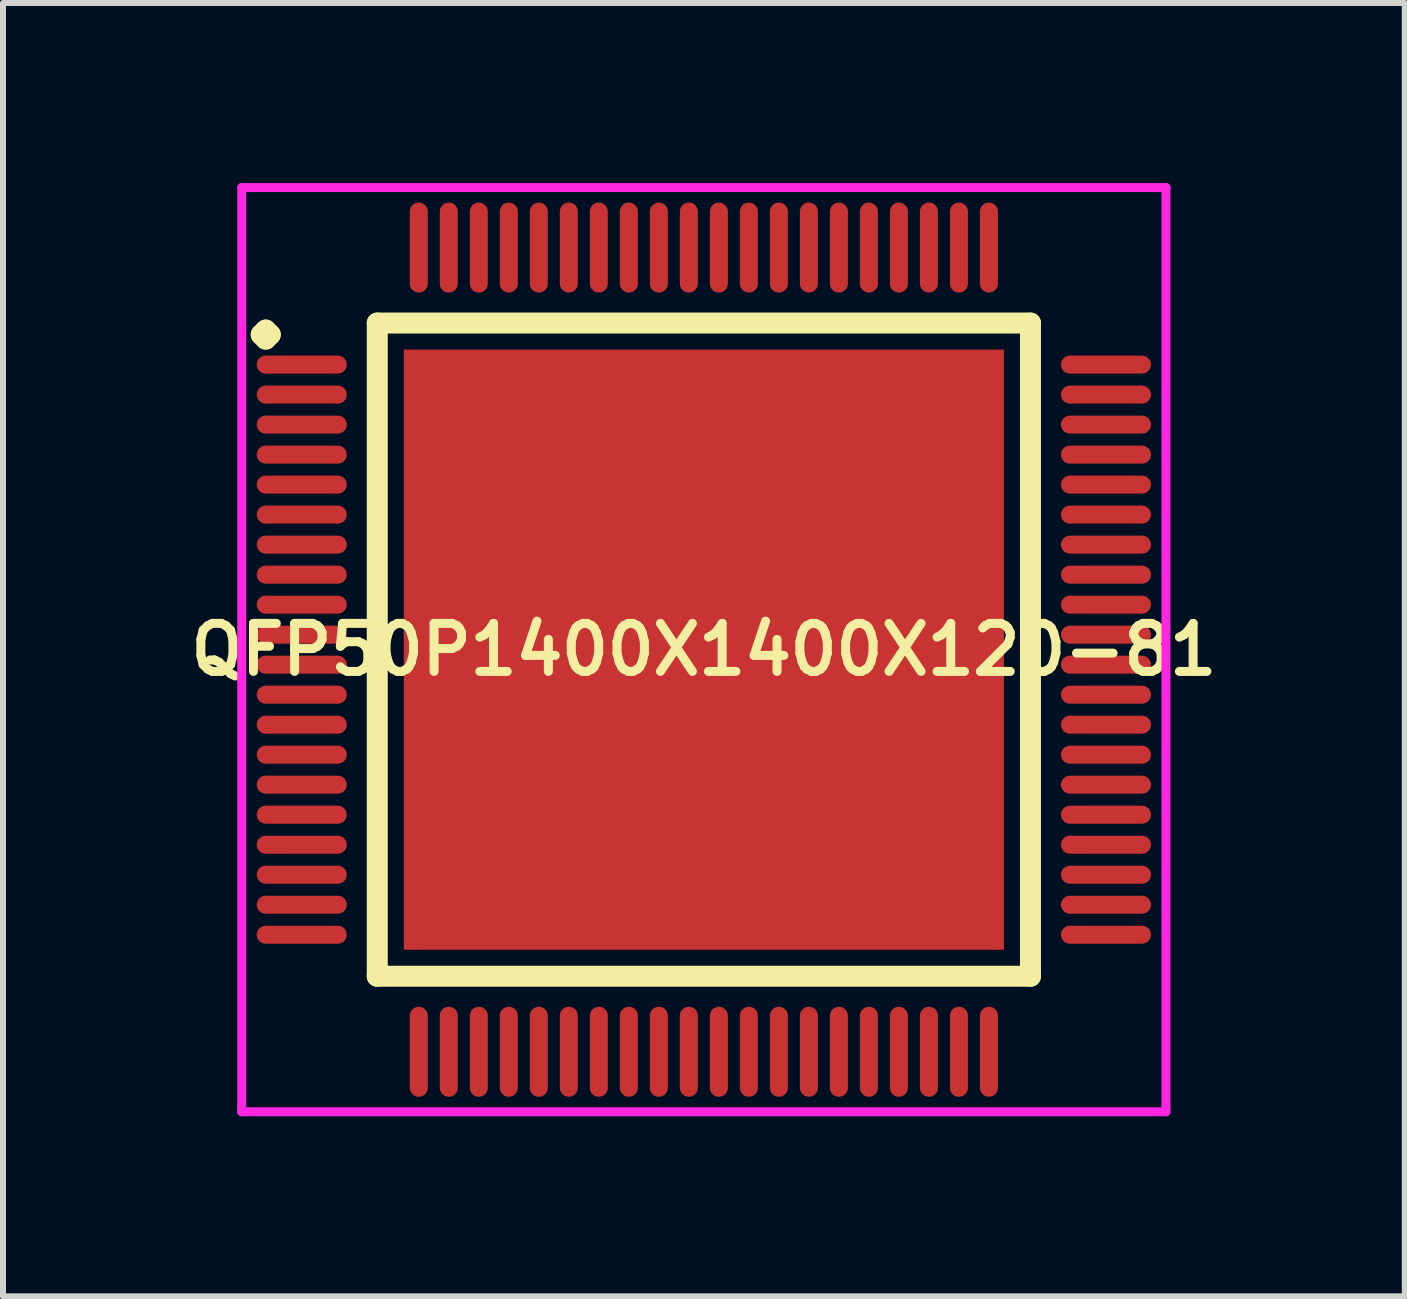
<source format=kicad_pcb>
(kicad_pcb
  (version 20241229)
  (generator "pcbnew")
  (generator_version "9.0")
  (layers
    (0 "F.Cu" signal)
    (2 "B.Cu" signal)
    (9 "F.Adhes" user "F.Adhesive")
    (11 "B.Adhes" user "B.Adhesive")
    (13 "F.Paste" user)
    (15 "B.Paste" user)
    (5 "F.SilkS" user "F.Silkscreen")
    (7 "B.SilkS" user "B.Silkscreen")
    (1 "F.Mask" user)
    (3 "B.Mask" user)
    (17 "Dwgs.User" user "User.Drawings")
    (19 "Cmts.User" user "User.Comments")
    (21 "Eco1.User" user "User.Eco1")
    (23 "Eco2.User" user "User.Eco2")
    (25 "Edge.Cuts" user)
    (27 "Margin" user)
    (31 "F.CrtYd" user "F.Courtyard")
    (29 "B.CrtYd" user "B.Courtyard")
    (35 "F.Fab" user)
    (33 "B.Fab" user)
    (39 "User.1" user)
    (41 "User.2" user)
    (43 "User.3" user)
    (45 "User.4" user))
  (footprint "QFP50P1400X1400X120-81"
    (layer "F.Cu")
    (at 8.678 7.775)
    (property "Reference" "QFP50P1400X1400X120-81" (at 0 0 0) (layer "F.SilkS") (effects (font (size 0.8 0.8) (thickness 0.15))))
    (attr through_hole)
    (fp_line (start -7.375 -5.25) (end -7.3 -5.325) (stroke (width 0.35) (type solid)) (layer "F.SilkS"))
    (fp_line (start -7.3 -5.325) (end -7.225 -5.25) (stroke (width 0.35) (type solid)) (layer "F.SilkS"))
    (fp_line (start -7.3 -5.175) (end -7.375 -5.25) (stroke (width 0.35) (type solid)) (layer "F.SilkS"))
    (fp_line (start -7.225 -5.25) (end -7.3 -5.175) (stroke (width 0.35) (type solid)) (layer "F.SilkS"))
    (fp_line (start -5.442 -5.442) (end -5.442 5.442) (stroke (width 0.35) (type solid)) (layer "F.SilkS"))
    (fp_line (start -5.442 5.442) (end 5.442 5.442) (stroke (width 0.35) (type solid)) (layer "F.SilkS"))
    (fp_line (start 5.442 -5.442) (end -5.442 -5.442) (stroke (width 0.35) (type solid)) (layer "F.SilkS"))
    (fp_line (start 5.442 5.442) (end 5.442 -5.442) (stroke (width 0.35) (type solid)) (layer "F.SilkS"))
    (fp_line (start -7.7 -7.7) (end 7.7 -7.7) (stroke (width 0.15) (type solid)) (layer "F.CrtYd"))
    (fp_line (start -7.7 7.7) (end -7.7 -7.7) (stroke (width 0.15) (type solid)) (layer "F.CrtYd"))
    (fp_line (start 7.7 -7.7) (end 7.7 7.7) (stroke (width 0.15) (type solid)) (layer "F.CrtYd"))
    (fp_line (start 7.7 7.7) (end -7.7 7.7) (stroke (width 0.15) (type solid)) (layer "F.CrtYd"))
    (pad "1" smd oval (at -6.7 -4.75) (size 1.5 0.3) (layers "F.Cu" "F.Mask" "F.Paste"))
    (pad "2" smd oval (at -6.7 -4.25) (size 1.5 0.3) (layers "F.Cu" "F.Mask" "F.Paste"))
    (pad "3" smd oval (at -6.7 -3.75) (size 1.5 0.3) (layers "F.Cu" "F.Mask" "F.Paste"))
    (pad "4" smd oval (at -6.7 -3.25) (size 1.5 0.3) (layers "F.Cu" "F.Mask" "F.Paste"))
    (pad "5" smd oval (at -6.7 -2.75) (size 1.5 0.3) (layers "F.Cu" "F.Mask" "F.Paste"))
    (pad "6" smd oval (at -6.7 -2.25) (size 1.5 0.3) (layers "F.Cu" "F.Mask" "F.Paste"))
    (pad "7" smd oval (at -6.7 -1.75) (size 1.5 0.3) (layers "F.Cu" "F.Mask" "F.Paste"))
    (pad "8" smd oval (at -6.7 -1.25) (size 1.5 0.3) (layers "F.Cu" "F.Mask" "F.Paste"))
    (pad "9" smd oval (at -6.7 -0.75) (size 1.5 0.3) (layers "F.Cu" "F.Mask" "F.Paste"))
    (pad "10" smd oval (at -6.7 -0.25) (size 1.5 0.3) (layers "F.Cu" "F.Mask" "F.Paste"))
    (pad "11" smd oval (at -6.7 0.25) (size 1.5 0.3) (layers "F.Cu" "F.Mask" "F.Paste"))
    (pad "12" smd oval (at -6.7 0.75) (size 1.5 0.3) (layers "F.Cu" "F.Mask" "F.Paste"))
    (pad "13" smd oval (at -6.7 1.25) (size 1.5 0.3) (layers "F.Cu" "F.Mask" "F.Paste"))
    (pad "14" smd oval (at -6.7 1.75) (size 1.5 0.3) (layers "F.Cu" "F.Mask" "F.Paste"))
    (pad "15" smd oval (at -6.7 2.25) (size 1.5 0.3) (layers "F.Cu" "F.Mask" "F.Paste"))
    (pad "16" smd oval (at -6.7 2.75) (size 1.5 0.3) (layers "F.Cu" "F.Mask" "F.Paste"))
    (pad "17" smd oval (at -6.7 3.25) (size 1.5 0.3) (layers "F.Cu" "F.Mask" "F.Paste"))
    (pad "18" smd oval (at -6.7 3.75) (size 1.5 0.3) (layers "F.Cu" "F.Mask" "F.Paste"))
    (pad "19" smd oval (at -6.7 4.25) (size 1.5 0.3) (layers "F.Cu" "F.Mask" "F.Paste"))
    (pad "20" smd oval (at -6.7 4.75) (size 1.5 0.3) (layers "F.Cu" "F.Mask" "F.Paste"))
    (pad "21" smd oval (at -4.75 6.7) (size 0.3 1.5) (layers "F.Cu" "F.Mask" "F.Paste"))
    (pad "22" smd oval (at -4.25 6.7) (size 0.3 1.5) (layers "F.Cu" "F.Mask" "F.Paste"))
    (pad "23" smd oval (at -3.75 6.7) (size 0.3 1.5) (layers "F.Cu" "F.Mask" "F.Paste"))
    (pad "24" smd oval (at -3.25 6.7) (size 0.3 1.5) (layers "F.Cu" "F.Mask" "F.Paste"))
    (pad "25" smd oval (at -2.75 6.7) (size 0.3 1.5) (layers "F.Cu" "F.Mask" "F.Paste"))
    (pad "26" smd oval (at -2.25 6.7) (size 0.3 1.5) (layers "F.Cu" "F.Mask" "F.Paste"))
    (pad "27" smd oval (at -1.75 6.7) (size 0.3 1.5) (layers "F.Cu" "F.Mask" "F.Paste"))
    (pad "28" smd oval (at -1.25 6.7) (size 0.3 1.5) (layers "F.Cu" "F.Mask" "F.Paste"))
    (pad "29" smd oval (at -0.75 6.7) (size 0.3 1.5) (layers "F.Cu" "F.Mask" "F.Paste"))
    (pad "30" smd oval (at -0.25 6.7) (size 0.3 1.5) (layers "F.Cu" "F.Mask" "F.Paste"))
    (pad "31" smd oval (at 0.25 6.7) (size 0.3 1.5) (layers "F.Cu" "F.Mask" "F.Paste"))
    (pad "32" smd oval (at 0.75 6.7) (size 0.3 1.5) (layers "F.Cu" "F.Mask" "F.Paste"))
    (pad "33" smd oval (at 1.25 6.7) (size 0.3 1.5) (layers "F.Cu" "F.Mask" "F.Paste"))
    (pad "34" smd oval (at 1.75 6.7) (size 0.3 1.5) (layers "F.Cu" "F.Mask" "F.Paste"))
    (pad "35" smd oval (at 2.25 6.7) (size 0.3 1.5) (layers "F.Cu" "F.Mask" "F.Paste"))
    (pad "36" smd oval (at 2.75 6.7) (size 0.3 1.5) (layers "F.Cu" "F.Mask" "F.Paste"))
    (pad "37" smd oval (at 3.25 6.7) (size 0.3 1.5) (layers "F.Cu" "F.Mask" "F.Paste"))
    (pad "38" smd oval (at 3.75 6.7) (size 0.3 1.5) (layers "F.Cu" "F.Mask" "F.Paste"))
    (pad "39" smd oval (at 4.25 6.7) (size 0.3 1.5) (layers "F.Cu" "F.Mask" "F.Paste"))
    (pad "40" smd oval (at 4.75 6.7) (size 0.3 1.5) (layers "F.Cu" "F.Mask" "F.Paste"))
    (pad "41" smd oval (at 6.7 4.75) (size 1.5 0.3) (layers "F.Cu" "F.Mask" "F.Paste"))
    (pad "42" smd oval (at 6.7 4.25) (size 1.5 0.3) (layers "F.Cu" "F.Mask" "F.Paste"))
    (pad "43" smd oval (at 6.7 3.75) (size 1.5 0.3) (layers "F.Cu" "F.Mask" "F.Paste"))
    (pad "44" smd oval (at 6.7 3.25) (size 1.5 0.3) (layers "F.Cu" "F.Mask" "F.Paste"))
    (pad "45" smd oval (at 6.7 2.75) (size 1.5 0.3) (layers "F.Cu" "F.Mask" "F.Paste"))
    (pad "46" smd oval (at 6.7 2.25) (size 1.5 0.3) (layers "F.Cu" "F.Mask" "F.Paste"))
    (pad "47" smd oval (at 6.7 1.75) (size 1.5 0.3) (layers "F.Cu" "F.Mask" "F.Paste"))
    (pad "48" smd oval (at 6.7 1.25) (size 1.5 0.3) (layers "F.Cu" "F.Mask" "F.Paste"))
    (pad "49" smd oval (at 6.7 0.75) (size 1.5 0.3) (layers "F.Cu" "F.Mask" "F.Paste"))
    (pad "50" smd oval (at 6.7 0.25) (size 1.5 0.3) (layers "F.Cu" "F.Mask" "F.Paste"))
    (pad "51" smd oval (at 6.7 -0.25) (size 1.5 0.3) (layers "F.Cu" "F.Mask" "F.Paste"))
    (pad "52" smd oval (at 6.7 -0.75) (size 1.5 0.3) (layers "F.Cu" "F.Mask" "F.Paste"))
    (pad "53" smd oval (at 6.7 -1.25) (size 1.5 0.3) (layers "F.Cu" "F.Mask" "F.Paste"))
    (pad "54" smd oval (at 6.7 -1.75) (size 1.5 0.3) (layers "F.Cu" "F.Mask" "F.Paste"))
    (pad "55" smd oval (at 6.7 -2.25) (size 1.5 0.3) (layers "F.Cu" "F.Mask" "F.Paste"))
    (pad "56" smd oval (at 6.7 -2.75) (size 1.5 0.3) (layers "F.Cu" "F.Mask" "F.Paste"))
    (pad "57" smd oval (at 6.7 -3.25) (size 1.5 0.3) (layers "F.Cu" "F.Mask" "F.Paste"))
    (pad "58" smd oval (at 6.7 -3.75) (size 1.5 0.3) (layers "F.Cu" "F.Mask" "F.Paste"))
    (pad "59" smd oval (at 6.7 -4.25) (size 1.5 0.3) (layers "F.Cu" "F.Mask" "F.Paste"))
    (pad "60" smd oval (at 6.7 -4.75) (size 1.5 0.3) (layers "F.Cu" "F.Mask" "F.Paste"))
    (pad "61" smd oval (at 4.75 -6.7) (size 0.3 1.5) (layers "F.Cu" "F.Mask" "F.Paste"))
    (pad "62" smd oval (at 4.25 -6.7) (size 0.3 1.5) (layers "F.Cu" "F.Mask" "F.Paste"))
    (pad "63" smd oval (at 3.75 -6.7) (size 0.3 1.5) (layers "F.Cu" "F.Mask" "F.Paste"))
    (pad "64" smd oval (at 3.25 -6.7) (size 0.3 1.5) (layers "F.Cu" "F.Mask" "F.Paste"))
    (pad "65" smd oval (at 2.75 -6.7) (size 0.3 1.5) (layers "F.Cu" "F.Mask" "F.Paste"))
    (pad "66" smd oval (at 2.25 -6.7) (size 0.3 1.5) (layers "F.Cu" "F.Mask" "F.Paste"))
    (pad "67" smd oval (at 1.75 -6.7) (size 0.3 1.5) (layers "F.Cu" "F.Mask" "F.Paste"))
    (pad "68" smd oval (at 1.25 -6.7) (size 0.3 1.5) (layers "F.Cu" "F.Mask" "F.Paste"))
    (pad "69" smd oval (at 0.75 -6.7) (size 0.3 1.5) (layers "F.Cu" "F.Mask" "F.Paste"))
    (pad "70" smd oval (at 0.25 -6.7) (size 0.3 1.5) (layers "F.Cu" "F.Mask" "F.Paste"))
    (pad "71" smd oval (at -0.25 -6.7) (size 0.3 1.5) (layers "F.Cu" "F.Mask" "F.Paste"))
    (pad "72" smd oval (at -0.75 -6.7) (size 0.3 1.5) (layers "F.Cu" "F.Mask" "F.Paste"))
    (pad "73" smd oval (at -1.25 -6.7) (size 0.3 1.5) (layers "F.Cu" "F.Mask" "F.Paste"))
    (pad "74" smd oval (at -1.75 -6.7) (size 0.3 1.5) (layers "F.Cu" "F.Mask" "F.Paste"))
    (pad "75" smd oval (at -2.25 -6.7) (size 0.3 1.5) (layers "F.Cu" "F.Mask" "F.Paste"))
    (pad "76" smd oval (at -2.75 -6.7) (size 0.3 1.5) (layers "F.Cu" "F.Mask" "F.Paste"))
    (pad "77" smd oval (at -3.25 -6.7) (size 0.3 1.5) (layers "F.Cu" "F.Mask" "F.Paste"))
    (pad "78" smd oval (at -3.75 -6.7) (size 0.3 1.5) (layers "F.Cu" "F.Mask" "F.Paste"))
    (pad "79" smd oval (at -4.25 -6.7) (size 0.3 1.5) (layers "F.Cu" "F.Mask" "F.Paste"))
    (pad "80" smd oval (at -4.75 -6.7) (size 0.3 1.5) (layers "F.Cu" "F.Mask" "F.Paste"))
    (pad "81" smd rect (at 0 0) (size 10 10) (layers "F.Cu" "F.Mask" "F.Paste")))
  (gr_rect
    (start -3 -3)
    (end 20.357 18.55)
    (stroke (width 0.1) (type default))
    (fill no)
    (layer "Edge.Cuts")))
</source>
